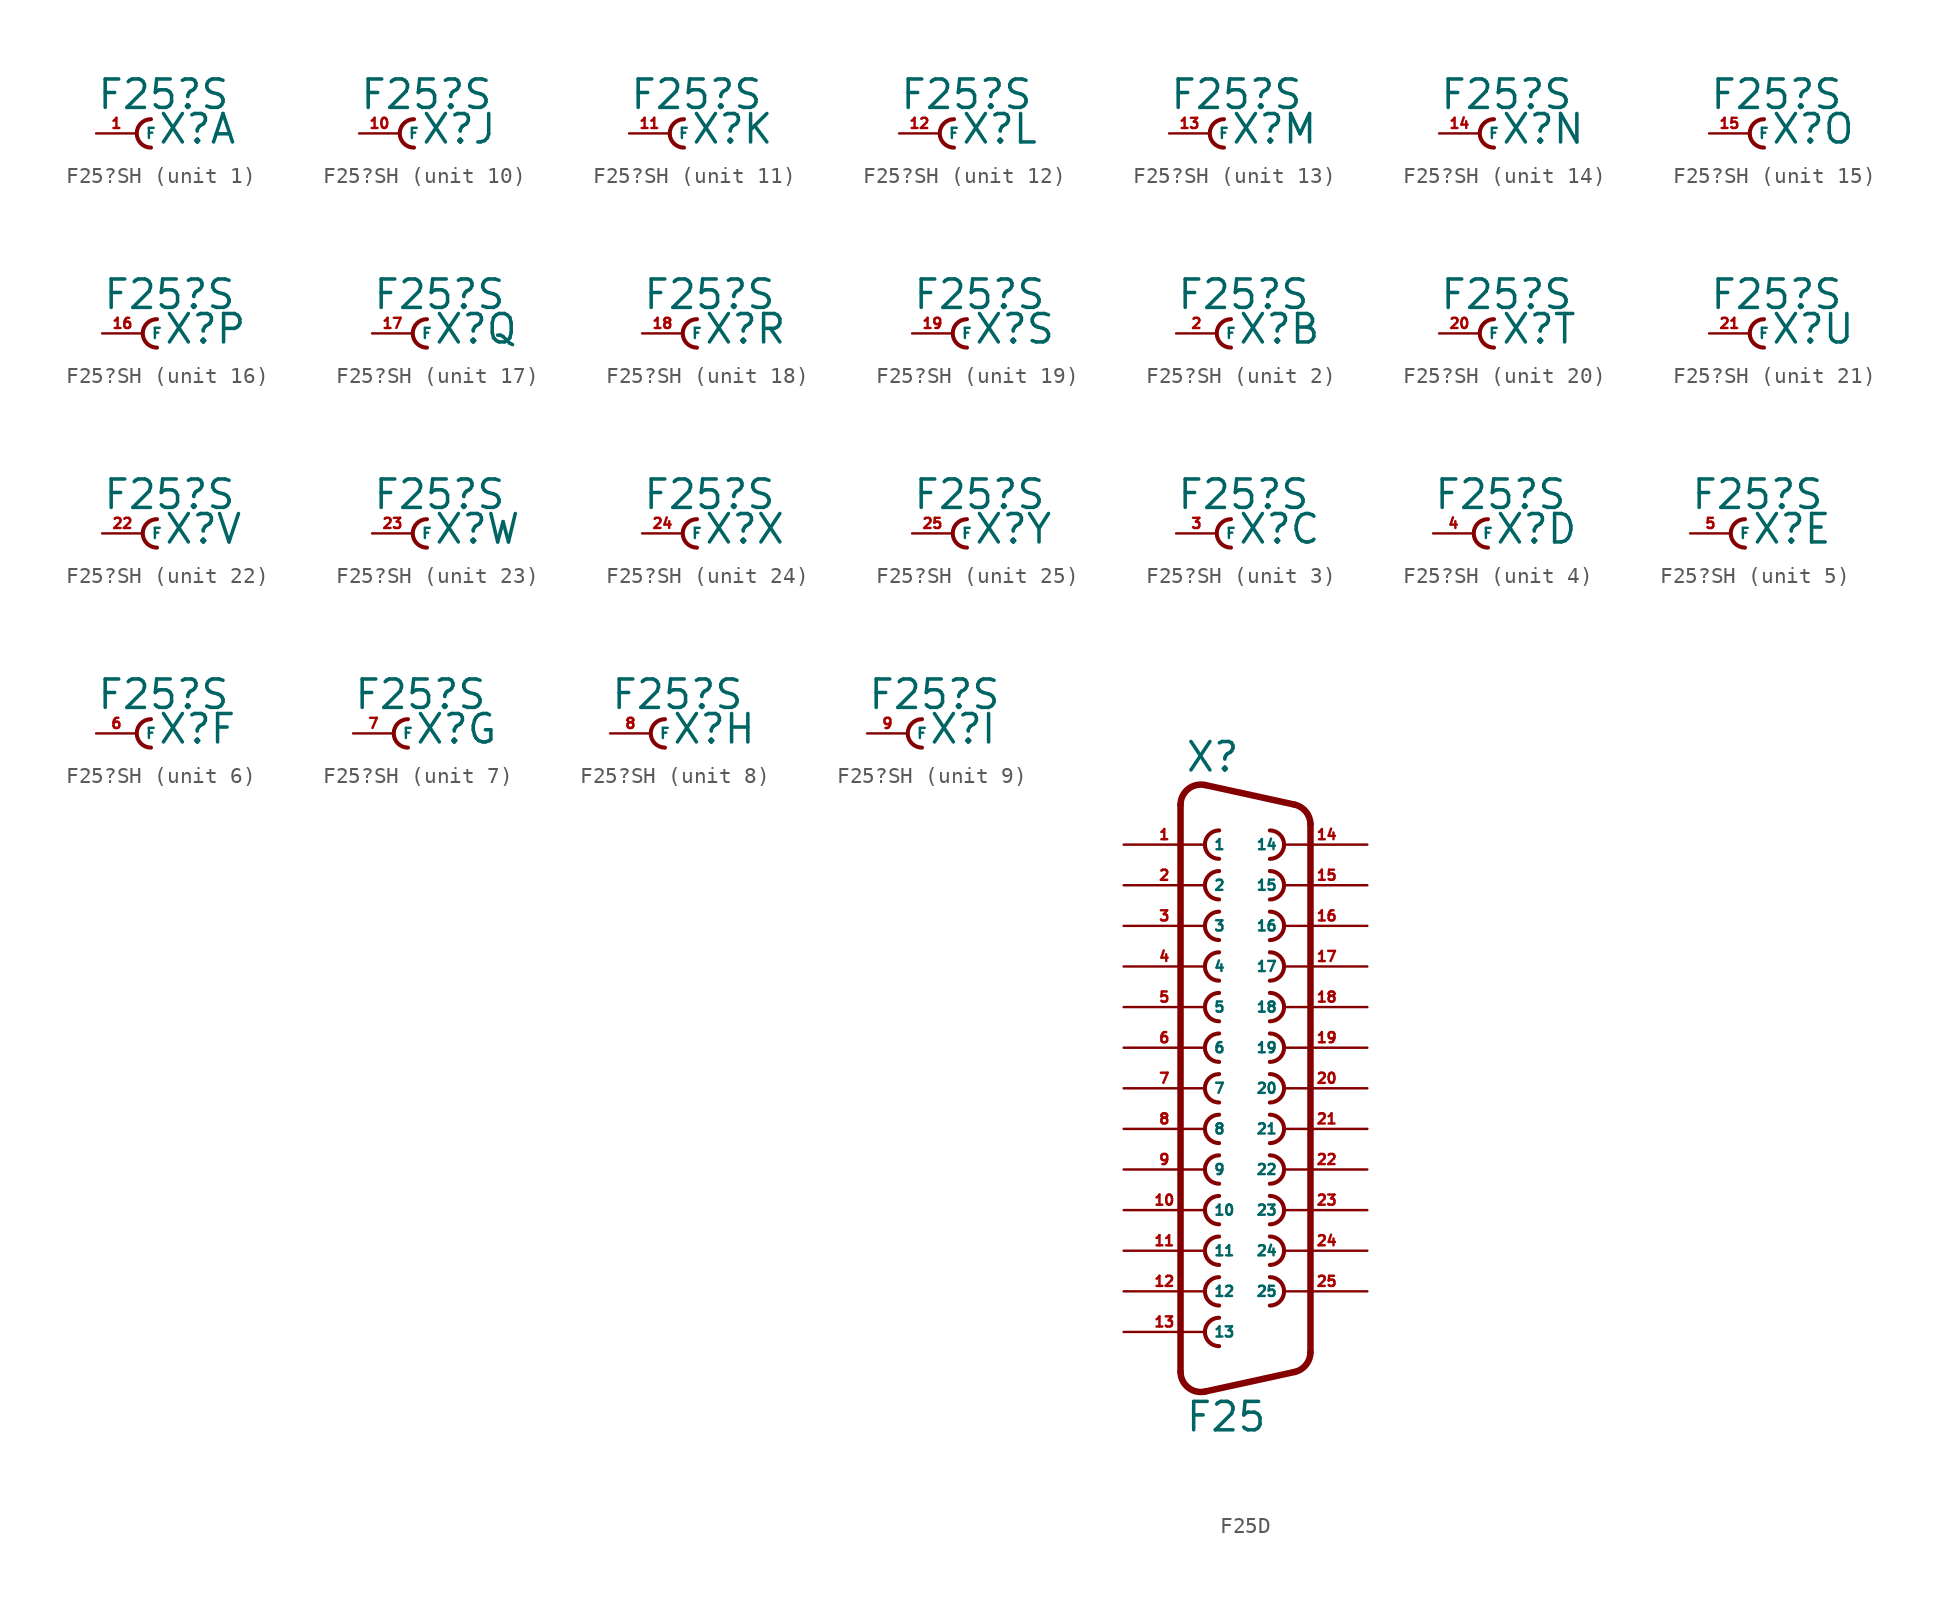
<source format=kicad_sym>
(kicad_symbol_lib
  (version 20220914)
  (generator Eagle2Kicad)
  (symbol "F25?SH"
    (property "Reference" "X"
      (at 1.27 -0.762 0)
      (effects (font (size 1.778 1.778) (thickness 0.22)) (justify left bottom)))
    (property "Value" "F25?S"
      (at -2.54 1.397 0)
      (effects (font (size 1.778 1.778) (thickness 0.22)) (justify left bottom)))
    (symbol "F25?SH_1_0"
      (arc (start 0.889 0.889) (mid 0.000 0.000) (end 0.889 -0.889) (stroke (width 0.254) (type default)) (fill (type none)))
      (pin passive line (at -2.54 0 0) (length 2.54) (name "F" (effects (font (size 0.635 0.635) (thickness 0.08)) (justify left bottom))) (number "1" (effects (font (size 0.635 0.635) (thickness 0.08)) (justify left bottom)))))
    (symbol "F25?SH_2_0"
      (arc (start 0.889 0.889) (mid 0.000 0.000) (end 0.889 -0.889) (stroke (width 0.254) (type default)) (fill (type none)))
      (pin passive line (at -2.54 0 0) (length 2.54) (name "F" (effects (font (size 0.635 0.635) (thickness 0.08)) (justify left bottom))) (number "2" (effects (font (size 0.635 0.635) (thickness 0.08)) (justify left bottom)))))
    (symbol "F25?SH_3_0"
      (arc (start 0.889 0.889) (mid 0.000 0.000) (end 0.889 -0.889) (stroke (width 0.254) (type default)) (fill (type none)))
      (pin passive line (at -2.54 0 0) (length 2.54) (name "F" (effects (font (size 0.635 0.635) (thickness 0.08)) (justify left bottom))) (number "3" (effects (font (size 0.635 0.635) (thickness 0.08)) (justify left bottom)))))
    (symbol "F25?SH_4_0"
      (arc (start 0.889 0.889) (mid 0.000 0.000) (end 0.889 -0.889) (stroke (width 0.254) (type default)) (fill (type none)))
      (pin passive line (at -2.54 0 0) (length 2.54) (name "F" (effects (font (size 0.635 0.635) (thickness 0.08)) (justify left bottom))) (number "4" (effects (font (size 0.635 0.635) (thickness 0.08)) (justify left bottom)))))
    (symbol "F25?SH_5_0"
      (arc (start 0.889 0.889) (mid 0.000 0.000) (end 0.889 -0.889) (stroke (width 0.254) (type default)) (fill (type none)))
      (pin passive line (at -2.54 0 0) (length 2.54) (name "F" (effects (font (size 0.635 0.635) (thickness 0.08)) (justify left bottom))) (number "5" (effects (font (size 0.635 0.635) (thickness 0.08)) (justify left bottom)))))
    (symbol "F25?SH_6_0"
      (arc (start 0.889 0.889) (mid 0.000 0.000) (end 0.889 -0.889) (stroke (width 0.254) (type default)) (fill (type none)))
      (pin passive line (at -2.54 0 0) (length 2.54) (name "F" (effects (font (size 0.635 0.635) (thickness 0.08)) (justify left bottom))) (number "6" (effects (font (size 0.635 0.635) (thickness 0.08)) (justify left bottom)))))
    (symbol "F25?SH_7_0"
      (arc (start 0.889 0.889) (mid 0.000 0.000) (end 0.889 -0.889) (stroke (width 0.254) (type default)) (fill (type none)))
      (pin passive line (at -2.54 0 0) (length 2.54) (name "F" (effects (font (size 0.635 0.635) (thickness 0.08)) (justify left bottom))) (number "7" (effects (font (size 0.635 0.635) (thickness 0.08)) (justify left bottom)))))
    (symbol "F25?SH_8_0"
      (arc (start 0.889 0.889) (mid 0.000 0.000) (end 0.889 -0.889) (stroke (width 0.254) (type default)) (fill (type none)))
      (pin passive line (at -2.54 0 0) (length 2.54) (name "F" (effects (font (size 0.635 0.635) (thickness 0.08)) (justify left bottom))) (number "8" (effects (font (size 0.635 0.635) (thickness 0.08)) (justify left bottom)))))
    (symbol "F25?SH_9_0"
      (arc (start 0.889 0.889) (mid 0.000 0.000) (end 0.889 -0.889) (stroke (width 0.254) (type default)) (fill (type none)))
      (pin passive line (at -2.54 0 0) (length 2.54) (name "F" (effects (font (size 0.635 0.635) (thickness 0.08)) (justify left bottom))) (number "9" (effects (font (size 0.635 0.635) (thickness 0.08)) (justify left bottom)))))
    (symbol "F25?SH_10_0"
      (arc (start 0.889 0.889) (mid 0.000 0.000) (end 0.889 -0.889) (stroke (width 0.254) (type default)) (fill (type none)))
      (pin passive line (at -2.54 0 0) (length 2.54) (name "F" (effects (font (size 0.635 0.635) (thickness 0.08)) (justify left bottom))) (number "10" (effects (font (size 0.635 0.635) (thickness 0.08)) (justify left bottom)))))
    (symbol "F25?SH_11_0"
      (arc (start 0.889 0.889) (mid 0.000 0.000) (end 0.889 -0.889) (stroke (width 0.254) (type default)) (fill (type none)))
      (pin passive line (at -2.54 0 0) (length 2.54) (name "F" (effects (font (size 0.635 0.635) (thickness 0.08)) (justify left bottom))) (number "11" (effects (font (size 0.635 0.635) (thickness 0.08)) (justify left bottom)))))
    (symbol "F25?SH_12_0"
      (arc (start 0.889 0.889) (mid 0.000 0.000) (end 0.889 -0.889) (stroke (width 0.254) (type default)) (fill (type none)))
      (pin passive line (at -2.54 0 0) (length 2.54) (name "F" (effects (font (size 0.635 0.635) (thickness 0.08)) (justify left bottom))) (number "12" (effects (font (size 0.635 0.635) (thickness 0.08)) (justify left bottom)))))
    (symbol "F25?SH_13_0"
      (arc (start 0.889 0.889) (mid 0.000 0.000) (end 0.889 -0.889) (stroke (width 0.254) (type default)) (fill (type none)))
      (pin passive line (at -2.54 0 0) (length 2.54) (name "F" (effects (font (size 0.635 0.635) (thickness 0.08)) (justify left bottom))) (number "13" (effects (font (size 0.635 0.635) (thickness 0.08)) (justify left bottom)))))
    (symbol "F25?SH_14_0"
      (arc (start 0.889 0.889) (mid 0.000 0.000) (end 0.889 -0.889) (stroke (width 0.254) (type default)) (fill (type none)))
      (pin passive line (at -2.54 0 0) (length 2.54) (name "F" (effects (font (size 0.635 0.635) (thickness 0.08)) (justify left bottom))) (number "14" (effects (font (size 0.635 0.635) (thickness 0.08)) (justify left bottom)))))
    (symbol "F25?SH_15_0"
      (arc (start 0.889 0.889) (mid 0.000 0.000) (end 0.889 -0.889) (stroke (width 0.254) (type default)) (fill (type none)))
      (pin passive line (at -2.54 0 0) (length 2.54) (name "F" (effects (font (size 0.635 0.635) (thickness 0.08)) (justify left bottom))) (number "15" (effects (font (size 0.635 0.635) (thickness 0.08)) (justify left bottom)))))
    (symbol "F25?SH_16_0"
      (arc (start 0.889 0.889) (mid 0.000 0.000) (end 0.889 -0.889) (stroke (width 0.254) (type default)) (fill (type none)))
      (pin passive line (at -2.54 0 0) (length 2.54) (name "F" (effects (font (size 0.635 0.635) (thickness 0.08)) (justify left bottom))) (number "16" (effects (font (size 0.635 0.635) (thickness 0.08)) (justify left bottom)))))
    (symbol "F25?SH_17_0"
      (arc (start 0.889 0.889) (mid 0.000 0.000) (end 0.889 -0.889) (stroke (width 0.254) (type default)) (fill (type none)))
      (pin passive line (at -2.54 0 0) (length 2.54) (name "F" (effects (font (size 0.635 0.635) (thickness 0.08)) (justify left bottom))) (number "17" (effects (font (size 0.635 0.635) (thickness 0.08)) (justify left bottom)))))
    (symbol "F25?SH_18_0"
      (arc (start 0.889 0.889) (mid 0.000 0.000) (end 0.889 -0.889) (stroke (width 0.254) (type default)) (fill (type none)))
      (pin passive line (at -2.54 0 0) (length 2.54) (name "F" (effects (font (size 0.635 0.635) (thickness 0.08)) (justify left bottom))) (number "18" (effects (font (size 0.635 0.635) (thickness 0.08)) (justify left bottom)))))
    (symbol "F25?SH_19_0"
      (arc (start 0.889 0.889) (mid 0.000 0.000) (end 0.889 -0.889) (stroke (width 0.254) (type default)) (fill (type none)))
      (pin passive line (at -2.54 0 0) (length 2.54) (name "F" (effects (font (size 0.635 0.635) (thickness 0.08)) (justify left bottom))) (number "19" (effects (font (size 0.635 0.635) (thickness 0.08)) (justify left bottom)))))
    (symbol "F25?SH_20_0"
      (arc (start 0.889 0.889) (mid 0.000 0.000) (end 0.889 -0.889) (stroke (width 0.254) (type default)) (fill (type none)))
      (pin passive line (at -2.54 0 0) (length 2.54) (name "F" (effects (font (size 0.635 0.635) (thickness 0.08)) (justify left bottom))) (number "20" (effects (font (size 0.635 0.635) (thickness 0.08)) (justify left bottom)))))
    (symbol "F25?SH_21_0"
      (arc (start 0.889 0.889) (mid 0.000 0.000) (end 0.889 -0.889) (stroke (width 0.254) (type default)) (fill (type none)))
      (pin passive line (at -2.54 0 0) (length 2.54) (name "F" (effects (font (size 0.635 0.635) (thickness 0.08)) (justify left bottom))) (number "21" (effects (font (size 0.635 0.635) (thickness 0.08)) (justify left bottom)))))
    (symbol "F25?SH_22_0"
      (arc (start 0.889 0.889) (mid 0.000 0.000) (end 0.889 -0.889) (stroke (width 0.254) (type default)) (fill (type none)))
      (pin passive line (at -2.54 0 0) (length 2.54) (name "F" (effects (font (size 0.635 0.635) (thickness 0.08)) (justify left bottom))) (number "22" (effects (font (size 0.635 0.635) (thickness 0.08)) (justify left bottom)))))
    (symbol "F25?SH_23_0"
      (arc (start 0.889 0.889) (mid 0.000 0.000) (end 0.889 -0.889) (stroke (width 0.254) (type default)) (fill (type none)))
      (pin passive line (at -2.54 0 0) (length 2.54) (name "F" (effects (font (size 0.635 0.635) (thickness 0.08)) (justify left bottom))) (number "23" (effects (font (size 0.635 0.635) (thickness 0.08)) (justify left bottom)))))
    (symbol "F25?SH_24_0"
      (arc (start 0.889 0.889) (mid 0.000 0.000) (end 0.889 -0.889) (stroke (width 0.254) (type default)) (fill (type none)))
      (pin passive line (at -2.54 0 0) (length 2.54) (name "F" (effects (font (size 0.635 0.635) (thickness 0.08)) (justify left bottom))) (number "24" (effects (font (size 0.635 0.635) (thickness 0.08)) (justify left bottom)))))
    (symbol "F25?SH_25_0"
      (arc (start 0.889 0.889) (mid 0.000 0.000) (end 0.889 -0.889) (stroke (width 0.254) (type default)) (fill (type none)))
      (pin passive line (at -2.54 0 0) (length 2.54) (name "F" (effects (font (size 0.635 0.635) (thickness 0.08)) (justify left bottom))) (number "25" (effects (font (size 0.635 0.635) (thickness 0.08)) (justify left bottom))))))
  (symbol "F25D"
    (property "Reference" "X"
      (at -3.81 19.685 0)
      (effects (font (size 1.778 1.778) (thickness 0.22)) (justify left bottom)))
    (property "Value" "F25"
      (at -3.81 -21.59 0)
      (effects (font (size 1.778 1.778) (thickness 0.22)) (justify left bottom)))
    (arc
      (start -1.651 16.129)
      (mid -2.540 15.240)
      (end -1.651 14.351)
      (stroke (width 0.254) (type default))
      (fill (type none)))
    (arc
      (start 1.524 14.351)
      (mid 2.413 15.240)
      (end 1.524 16.129)
      (stroke (width 0.254) (type default))
      (fill (type none)))
    (arc
      (start -1.651 13.589)
      (mid -2.540 12.700)
      (end -1.651 11.811)
      (stroke (width 0.254) (type default))
      (fill (type none)))
    (arc
      (start 1.524 11.811)
      (mid 2.413 12.700)
      (end 1.524 13.589)
      (stroke (width 0.254) (type default))
      (fill (type none)))
    (arc
      (start -1.651 11.049)
      (mid -2.540 10.160)
      (end -1.651 9.271)
      (stroke (width 0.254) (type default))
      (fill (type none)))
    (arc
      (start 1.524 9.271)
      (mid 2.413 10.160)
      (end 1.524 11.049)
      (stroke (width 0.254) (type default))
      (fill (type none)))
    (arc
      (start -1.651 8.509)
      (mid -2.540 7.620)
      (end -1.651 6.731)
      (stroke (width 0.254) (type default))
      (fill (type none)))
    (arc
      (start 1.524 6.731)
      (mid 2.413 7.620)
      (end 1.524 8.509)
      (stroke (width 0.254) (type default))
      (fill (type none)))
    (arc
      (start -1.651 5.969)
      (mid -2.540 5.080)
      (end -1.651 4.191)
      (stroke (width 0.254) (type default))
      (fill (type none)))
    (arc
      (start 1.524 4.191)
      (mid 2.413 5.080)
      (end 1.524 5.969)
      (stroke (width 0.254) (type default))
      (fill (type none)))
    (arc
      (start -1.651 3.429)
      (mid -2.540 2.540)
      (end -1.651 1.651)
      (stroke (width 0.254) (type default))
      (fill (type none)))
    (arc
      (start 1.524 1.651)
      (mid 2.413 2.540)
      (end 1.524 3.429)
      (stroke (width 0.254) (type default))
      (fill (type none)))
    (arc
      (start -1.651 0.889)
      (mid -2.540 0.000)
      (end -1.651 -0.889)
      (stroke (width 0.254) (type default))
      (fill (type none)))
    (arc
      (start 1.524 -0.889)
      (mid 2.413 0.000)
      (end 1.524 0.889)
      (stroke (width 0.254) (type default))
      (fill (type none)))
    (arc
      (start -1.651 -1.651)
      (mid -2.540 -2.540)
      (end -1.651 -3.429)
      (stroke (width 0.254) (type default))
      (fill (type none)))
    (arc
      (start 1.524 -3.429)
      (mid 2.413 -2.540)
      (end 1.524 -1.651)
      (stroke (width 0.254) (type default))
      (fill (type none)))
    (arc
      (start -1.651 -4.191)
      (mid -2.540 -5.080)
      (end -1.651 -5.969)
      (stroke (width 0.254) (type default))
      (fill (type none)))
    (arc
      (start 1.524 -5.969)
      (mid 2.413 -5.080)
      (end 1.524 -4.191)
      (stroke (width 0.254) (type default))
      (fill (type none)))
    (arc
      (start -1.651 -6.731)
      (mid -2.540 -7.620)
      (end -1.651 -8.509)
      (stroke (width 0.254) (type default))
      (fill (type none)))
    (arc
      (start 1.524 -8.509)
      (mid 2.413 -7.620)
      (end 1.524 -6.731)
      (stroke (width 0.254) (type default))
      (fill (type none)))
    (arc
      (start -1.651 -9.271)
      (mid -2.540 -10.160)
      (end -1.651 -11.049)
      (stroke (width 0.254) (type default))
      (fill (type none)))
    (arc
      (start 1.524 -11.049)
      (mid 2.413 -10.160)
      (end 1.524 -9.271)
      (stroke (width 0.254) (type default))
      (fill (type none)))
    (arc
      (start -1.651 -11.811)
      (mid -2.540 -12.700)
      (end -1.651 -13.589)
      (stroke (width 0.254) (type default))
      (fill (type none)))
    (arc
      (start 1.524 -13.589)
      (mid 2.413 -12.700)
      (end 1.524 -11.811)
      (stroke (width 0.254) (type default))
      (fill (type none)))
    (arc
      (start -1.651 -14.351)
      (mid -2.540 -15.240)
      (end -1.651 -16.129)
      (stroke (width 0.254) (type default))
      (fill (type none)))
    (arc
      (start -2.5226 18.967)
      (mid -3.590 18.716)
      (end -4.064 17.7262)
      (stroke (width 0.4064) (type default))
      (fill (type none)))
    (polyline
      (pts (xy -2.523 18.967) (xy 3.065 17.744))
      (stroke (width 0.406) (type default))
      (fill (type none)))
    (arc
      (start 4.0642 16.5038)
      (mid 3.783 17.300)
      (end 3.0654 17.7445)
      (stroke (width 0.4064) (type default))
      (fill (type none)))
    (polyline
      (pts (xy 4.064 -16.504) (xy 4.064 16.504))
      (stroke (width 0.406) (type default))
      (fill (type none)))
    (arc
      (start 3.0654 -17.7444)
      (mid 3.783 -17.300)
      (end 4.064 -16.5038)
      (stroke (width 0.4064) (type default))
      (fill (type none)))
    (polyline
      (pts (xy -4.064 -17.726) (xy -4.064 17.726))
      (stroke (width 0.406) (type default))
      (fill (type none)))
    (polyline
      (pts (xy -2.523 -18.967) (xy 3.065 -17.744))
      (stroke (width 0.406) (type default))
      (fill (type none)))
    (arc
      (start -4.064 -17.7262)
      (mid -3.590 -18.716)
      (end -2.5226 -18.9669)
      (stroke (width 0.4064) (type default))
      (fill (type none)))
    (pin passive line
      (at -7.62 15.24 0)
      (length 5.08)
      (name "1" (effects (font (size 0.635 0.635) (thickness 0.08)) (justify left bottom)))
      (number "1" (effects (font (size 0.635 0.635) (thickness 0.08)) (justify left bottom))))
    (pin passive line
      (at 7.62 15.24 180)
      (length 5.08)
      (name "14" (effects (font (size 0.635 0.635) (thickness 0.08)) (justify left bottom)))
      (number "14" (effects (font (size 0.635 0.635) (thickness 0.08)) (justify left bottom))))
    (pin passive line
      (at -7.62 12.7 0)
      (length 5.08)
      (name "2" (effects (font (size 0.635 0.635) (thickness 0.08)) (justify left bottom)))
      (number "2" (effects (font (size 0.635 0.635) (thickness 0.08)) (justify left bottom))))
    (pin passive line
      (at 7.62 12.7 180)
      (length 5.08)
      (name "15" (effects (font (size 0.635 0.635) (thickness 0.08)) (justify left bottom)))
      (number "15" (effects (font (size 0.635 0.635) (thickness 0.08)) (justify left bottom))))
    (pin passive line
      (at -7.62 10.16 0)
      (length 5.08)
      (name "3" (effects (font (size 0.635 0.635) (thickness 0.08)) (justify left bottom)))
      (number "3" (effects (font (size 0.635 0.635) (thickness 0.08)) (justify left bottom))))
    (pin passive line
      (at 7.62 10.16 180)
      (length 5.08)
      (name "16" (effects (font (size 0.635 0.635) (thickness 0.08)) (justify left bottom)))
      (number "16" (effects (font (size 0.635 0.635) (thickness 0.08)) (justify left bottom))))
    (pin passive line
      (at -7.62 7.62 0)
      (length 5.08)
      (name "4" (effects (font (size 0.635 0.635) (thickness 0.08)) (justify left bottom)))
      (number "4" (effects (font (size 0.635 0.635) (thickness 0.08)) (justify left bottom))))
    (pin passive line
      (at 7.62 7.62 180)
      (length 5.08)
      (name "17" (effects (font (size 0.635 0.635) (thickness 0.08)) (justify left bottom)))
      (number "17" (effects (font (size 0.635 0.635) (thickness 0.08)) (justify left bottom))))
    (pin passive line
      (at -7.62 5.08 0)
      (length 5.08)
      (name "5" (effects (font (size 0.635 0.635) (thickness 0.08)) (justify left bottom)))
      (number "5" (effects (font (size 0.635 0.635) (thickness 0.08)) (justify left bottom))))
    (pin passive line
      (at 7.62 5.08 180)
      (length 5.08)
      (name "18" (effects (font (size 0.635 0.635) (thickness 0.08)) (justify left bottom)))
      (number "18" (effects (font (size 0.635 0.635) (thickness 0.08)) (justify left bottom))))
    (pin passive line
      (at -7.62 2.54 0)
      (length 5.08)
      (name "6" (effects (font (size 0.635 0.635) (thickness 0.08)) (justify left bottom)))
      (number "6" (effects (font (size 0.635 0.635) (thickness 0.08)) (justify left bottom))))
    (pin passive line
      (at 7.62 2.54 180)
      (length 5.08)
      (name "19" (effects (font (size 0.635 0.635) (thickness 0.08)) (justify left bottom)))
      (number "19" (effects (font (size 0.635 0.635) (thickness 0.08)) (justify left bottom))))
    (pin passive line
      (at -7.62 0 0)
      (length 5.08)
      (name "7" (effects (font (size 0.635 0.635) (thickness 0.08)) (justify left bottom)))
      (number "7" (effects (font (size 0.635 0.635) (thickness 0.08)) (justify left bottom))))
    (pin passive line
      (at 7.62 0 180)
      (length 5.08)
      (name "20" (effects (font (size 0.635 0.635) (thickness 0.08)) (justify left bottom)))
      (number "20" (effects (font (size 0.635 0.635) (thickness 0.08)) (justify left bottom))))
    (pin passive line
      (at -7.62 -2.54 0)
      (length 5.08)
      (name "8" (effects (font (size 0.635 0.635) (thickness 0.08)) (justify left bottom)))
      (number "8" (effects (font (size 0.635 0.635) (thickness 0.08)) (justify left bottom))))
    (pin passive line
      (at 7.62 -2.54 180)
      (length 5.08)
      (name "21" (effects (font (size 0.635 0.635) (thickness 0.08)) (justify left bottom)))
      (number "21" (effects (font (size 0.635 0.635) (thickness 0.08)) (justify left bottom))))
    (pin passive line
      (at -7.62 -5.08 0)
      (length 5.08)
      (name "9" (effects (font (size 0.635 0.635) (thickness 0.08)) (justify left bottom)))
      (number "9" (effects (font (size 0.635 0.635) (thickness 0.08)) (justify left bottom))))
    (pin passive line
      (at 7.62 -5.08 180)
      (length 5.08)
      (name "22" (effects (font (size 0.635 0.635) (thickness 0.08)) (justify left bottom)))
      (number "22" (effects (font (size 0.635 0.635) (thickness 0.08)) (justify left bottom))))
    (pin passive line
      (at -7.62 -7.62 0)
      (length 5.08)
      (name "10" (effects (font (size 0.635 0.635) (thickness 0.08)) (justify left bottom)))
      (number "10" (effects (font (size 0.635 0.635) (thickness 0.08)) (justify left bottom))))
    (pin passive line
      (at 7.62 -7.62 180)
      (length 5.08)
      (name "23" (effects (font (size 0.635 0.635) (thickness 0.08)) (justify left bottom)))
      (number "23" (effects (font (size 0.635 0.635) (thickness 0.08)) (justify left bottom))))
    (pin passive line
      (at -7.62 -10.16 0)
      (length 5.08)
      (name "11" (effects (font (size 0.635 0.635) (thickness 0.08)) (justify left bottom)))
      (number "11" (effects (font (size 0.635 0.635) (thickness 0.08)) (justify left bottom))))
    (pin passive line
      (at 7.62 -10.16 180)
      (length 5.08)
      (name "24" (effects (font (size 0.635 0.635) (thickness 0.08)) (justify left bottom)))
      (number "24" (effects (font (size 0.635 0.635) (thickness 0.08)) (justify left bottom))))
    (pin passive line
      (at -7.62 -12.7 0)
      (length 5.08)
      (name "12" (effects (font (size 0.635 0.635) (thickness 0.08)) (justify left bottom)))
      (number "12" (effects (font (size 0.635 0.635) (thickness 0.08)) (justify left bottom))))
    (pin passive line
      (at 7.62 -12.7 180)
      (length 5.08)
      (name "25" (effects (font (size 0.635 0.635) (thickness 0.08)) (justify left bottom)))
      (number "25" (effects (font (size 0.635 0.635) (thickness 0.08)) (justify left bottom))))
    (pin passive line
      (at -7.62 -15.24 0)
      (length 5.08)
      (name "13" (effects (font (size 0.635 0.635) (thickness 0.08)) (justify left bottom)))
      (number "13" (effects (font (size 0.635 0.635) (thickness 0.08)) (justify left bottom))))))
</source>
